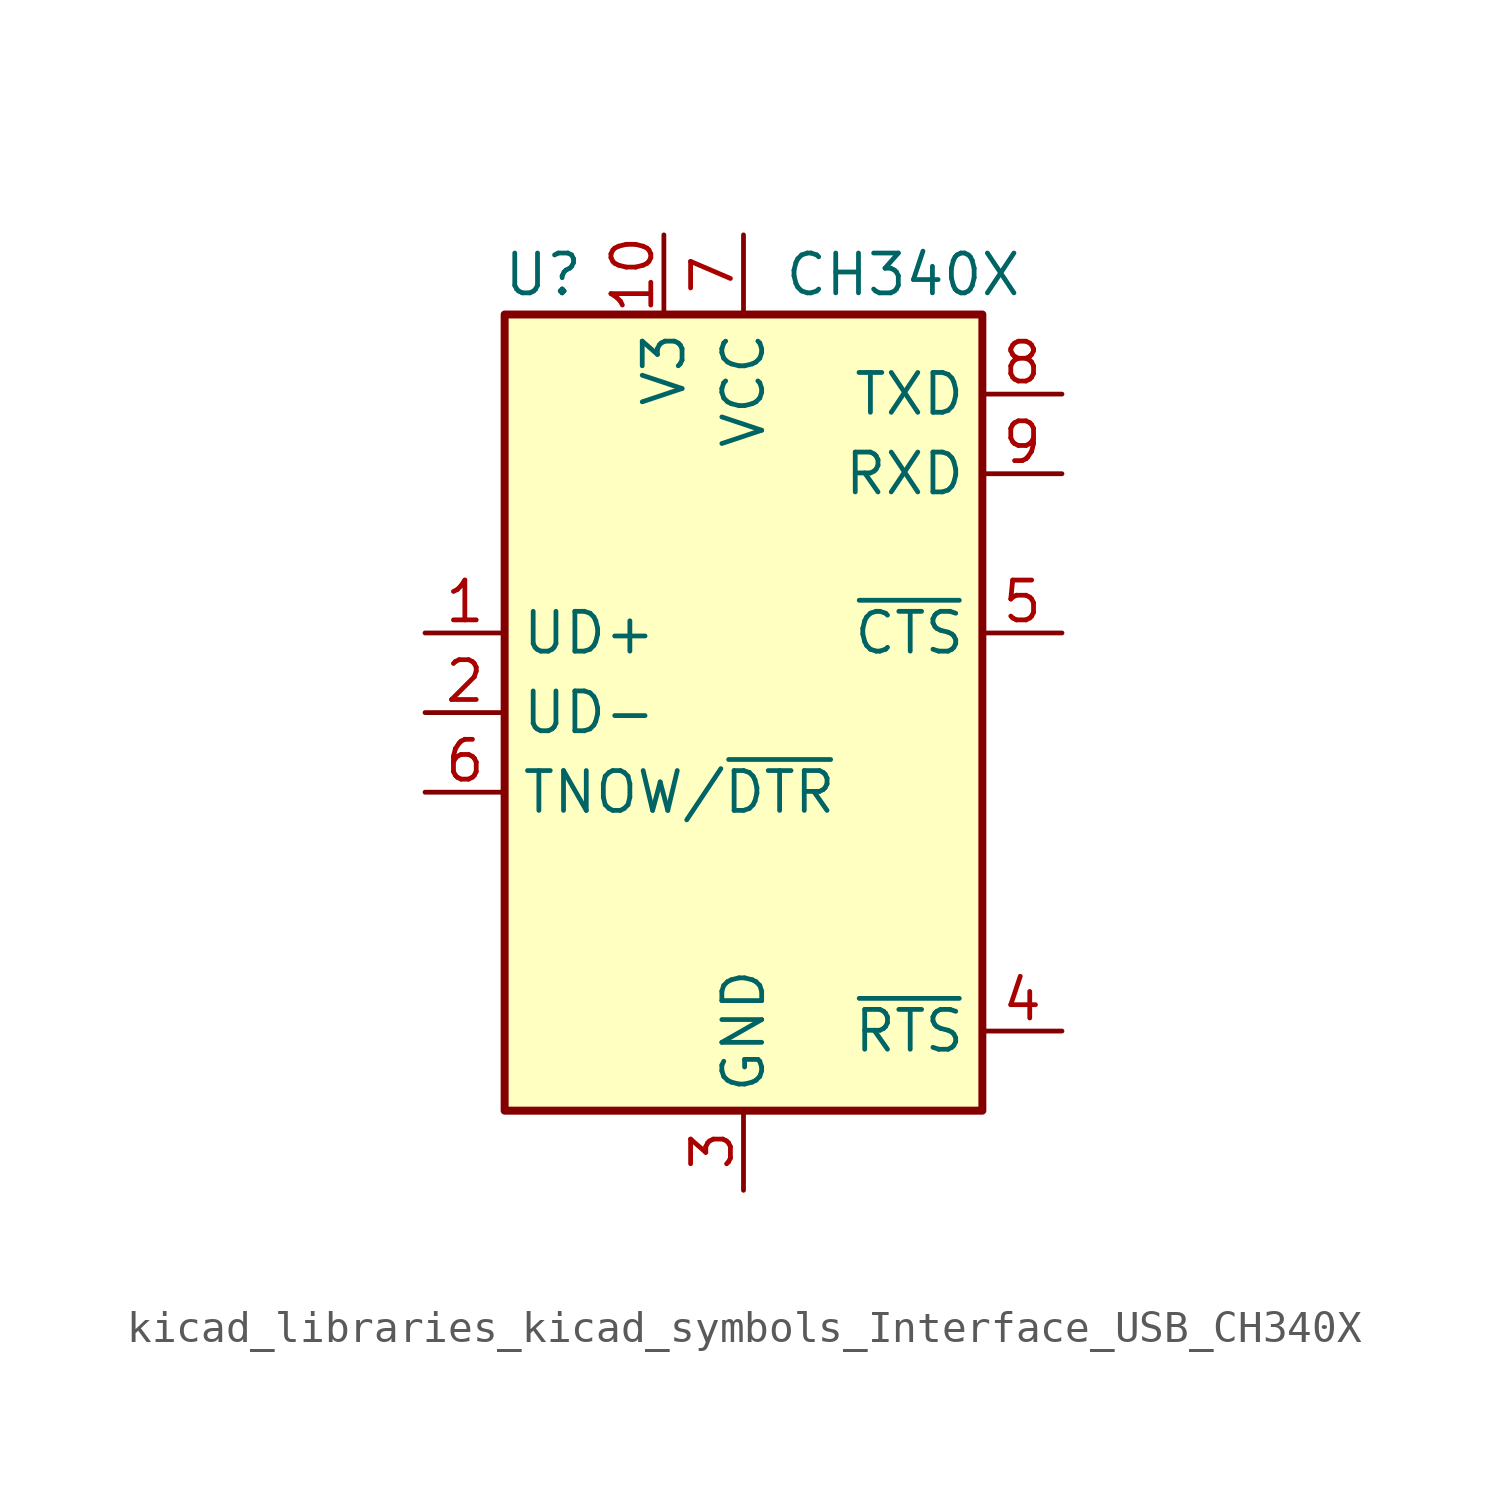
<source format=kicad_sym>
(kicad_symbol_lib
  (version 20220914)
  (generator kicad_symbol_editor)
  (symbol "kicad_libraries_kicad_symbols_Interface_USB_CH340X"
    (property "Reference" "U"
      (at -5.08 13.97 0)
      (effects (font (size 1.27 1.27)) (justify right)))
    (property "Value" "CH340X"
      (at 1.27 13.97 0)
      (effects (font (size 1.27 1.27)) (justify left)))
    (symbol "kicad_libraries_kicad_symbols_Interface_USB_CH340X_0_1"
      (rectangle (start -7.62 12.7) (end 7.62 -12.7) (stroke (width 0.254) (type default)) (fill (type background))))
    (symbol "kicad_libraries_kicad_symbols_Interface_USB_CH340X_1_1"
      (pin bidirectional line (at -10.16 2.54 0) (length 2.54) (name "UD+" (effects (font (size 1.27 1.27)))) (number "1" (effects (font (size 1.27 1.27)))))
      (pin passive line (at -2.54 15.24 270) (length 2.54) (name "V3" (effects (font (size 1.27 1.27)))) (number "10" (effects (font (size 1.27 1.27)))))
      (pin bidirectional line (at -10.16 0 0) (length 2.54) (name "UD-" (effects (font (size 1.27 1.27)))) (number "2" (effects (font (size 1.27 1.27)))))
      (pin power_in line (at 0 -15.24 90) (length 2.54) (name "GND" (effects (font (size 1.27 1.27)))) (number "3" (effects (font (size 1.27 1.27)))))
      (pin output line (at 10.16 -10.16 180) (length 2.54) (name "~{RTS}" (effects (font (size 1.27 1.27)))) (number "4" (effects (font (size 1.27 1.27)))))
      (pin input line (at 10.16 2.54 180) (length 2.54) (name "~{CTS}" (effects (font (size 1.27 1.27)))) (number "5" (effects (font (size 1.27 1.27)))))
      (pin output line (at -10.16 -2.54 0) (length 2.54) (name "TNOW/~{DTR}" (effects (font (size 1.27 1.27)))) (number "6" (effects (font (size 1.27 1.27)))))
      (pin power_in line (at 0 15.24 270) (length 2.54) (name "VCC" (effects (font (size 1.27 1.27)))) (number "7" (effects (font (size 1.27 1.27)))))
      (pin output line (at 10.16 10.16 180) (length 2.54) (name "TXD" (effects (font (size 1.27 1.27)))) (number "8" (effects (font (size 1.27 1.27)))))
      (pin input line (at 10.16 7.62 180) (length 2.54) (name "RXD" (effects (font (size 1.27 1.27)))) (number "9" (effects (font (size 1.27 1.27))))))))
</source>
